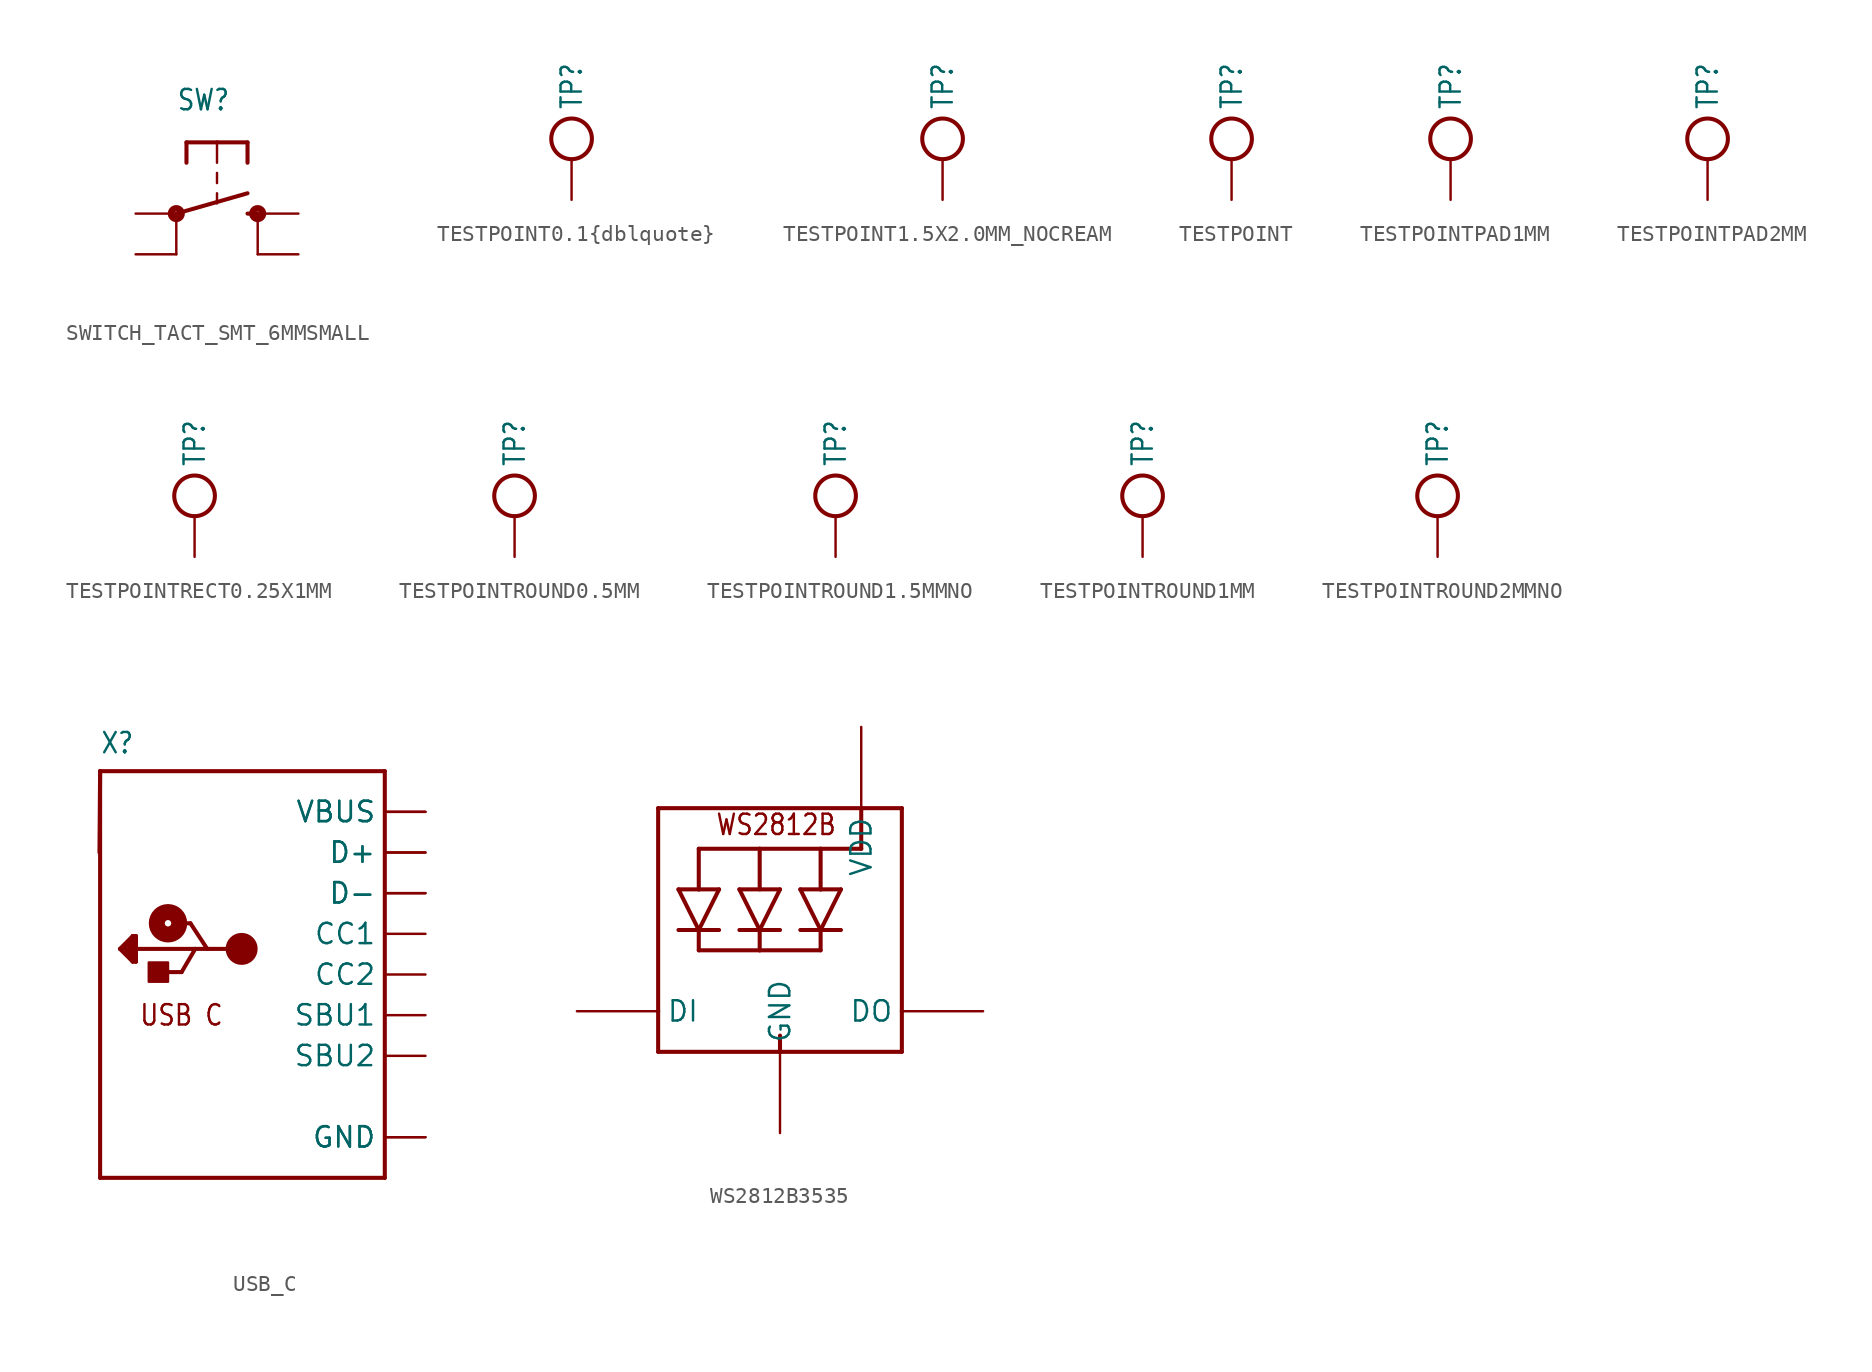
<source format=kicad_sym>
(kicad_symbol_lib
  (version 20220914)
  (generator kicad_symbol_editor)
  (symbol "SWITCH_TACT_SMT_6MMSMALL"
    (property "Reference" "SW"
      (at -2.54 6.35 0)
      (effects (font (size 1.27 1.079)) (justify left bottom)))
    (property "Value" ""
      (at -2.54 -5.08 0)
      (effects (font (size 1.27 1.079)) (justify left bottom)))
    (property "ki_locked" ""
      (at 0 0 0)
      (effects (font (size 1.27 1.27))))
    (symbol "SWITCH_TACT_SMT_6MMSMALL_1_0"
      (circle (center -2.54 0) (radius 0.127) (stroke (width 0.406) (type solid)) (fill (type none)))
      (polyline (pts (xy -2.54 -2.54) (xy -2.54 0)) (stroke (width 0.152) (type solid)) (fill (type none)))
      (polyline (pts (xy -2.54 0) (xy 1.905 1.27)) (stroke (width 0.254) (type solid)) (fill (type none)))
      (polyline (pts (xy -1.905 4.445) (xy -1.905 3.175)) (stroke (width 0.254) (type solid)) (fill (type none)))
      (polyline (pts (xy 0 1.27) (xy 0 0.635)) (stroke (width 0.152) (type solid)) (fill (type none)))
      (polyline (pts (xy 0 2.54) (xy 0 1.905)) (stroke (width 0.152) (type solid)) (fill (type none)))
      (polyline (pts (xy 0 4.445) (xy -1.905 4.445)) (stroke (width 0.254) (type solid)) (fill (type none)))
      (polyline (pts (xy 0 4.445) (xy 0 3.175)) (stroke (width 0.152) (type solid)) (fill (type none)))
      (polyline (pts (xy 1.905 0) (xy 2.54 0)) (stroke (width 0.254) (type solid)) (fill (type none)))
      (polyline (pts (xy 1.905 4.445) (xy 0 4.445)) (stroke (width 0.254) (type solid)) (fill (type none)))
      (polyline (pts (xy 1.905 4.445) (xy 1.905 3.175)) (stroke (width 0.254) (type solid)) (fill (type none)))
      (polyline (pts (xy 2.54 -2.54) (xy 2.54 0)) (stroke (width 0.152) (type solid)) (fill (type none)))
      (circle (center 2.54 0) (radius 0.127) (stroke (width 0.406) (type solid)) (fill (type none)))
      (pin passive line (at -5.08 0 0) (length 2.54) (name "P" (effects (font (size 0 0)))) (number "A" (effects (font (size 0 0)))))
      (pin passive line (at -5.08 -2.54 0) (length 2.54) (name "P1" (effects (font (size 0 0)))) (number "A'" (effects (font (size 0 0)))))
      (pin passive line (at 5.08 0 180) (length 2.54) (name "S" (effects (font (size 0 0)))) (number "B" (effects (font (size 0 0)))))
      (pin passive line (at 5.08 -2.54 180) (length 2.54) (name "S1" (effects (font (size 0 0)))) (number "B'" (effects (font (size 0 0)))))))
  (symbol "TESTPOINT0.1{dblquote}"
    (property "Reference" "TP"
      (at 0 5.588 90)
      (effects (font (size 1.27 1.079)) (justify left)))
    (property "Value" ""
      (at 1.651 5.588 90)
      (effects (font (size 1.27 1.079)) (justify left)))
    (property "ki_locked" ""
      (at 0 0 0)
      (effects (font (size 1.27 1.27))))
    (symbol "TESTPOINT0.1{dblquote}_1_0"
      (circle (center 0 3.81) (radius 1.27) (stroke (width 0.254) (type solid)) (fill (type none)))
      (pin bidirectional line (at 0 0 90) (length 2.54) (name "P$1" (effects (font (size 0 0)))) (number "1" (effects (font (size 0 0)))))))
  (symbol "TESTPOINT1.5X2.0MM_NOCREAM"
    (property "Reference" "TP"
      (at 0 5.588 90)
      (effects (font (size 1.27 1.079)) (justify left)))
    (property "Value" ""
      (at 1.651 5.588 90)
      (effects (font (size 1.27 1.079)) (justify left)))
    (property "ki_locked" ""
      (at 0 0 0)
      (effects (font (size 1.27 1.27))))
    (symbol "TESTPOINT1.5X2.0MM_NOCREAM_1_0"
      (circle (center 0 3.81) (radius 1.27) (stroke (width 0.254) (type solid)) (fill (type none)))
      (pin bidirectional line (at 0 0 90) (length 2.54) (name "P$1" (effects (font (size 0 0)))) (number "P$1" (effects (font (size 0 0)))))))
  (symbol "TESTPOINT"
    (property "Reference" "TP"
      (at 0 5.588 90)
      (effects (font (size 1.27 1.079)) (justify left)))
    (property "Value" ""
      (at 1.651 5.588 90)
      (effects (font (size 1.27 1.079)) (justify left)))
    (property "ki_locked" ""
      (at 0 0 0)
      (effects (font (size 1.27 1.27))))
    (symbol "TESTPOINT_1_0"
      (circle (center 0 3.81) (radius 1.27) (stroke (width 0.254) (type solid)) (fill (type none)))
      (pin bidirectional line (at 0 0 90) (length 2.54) (name "P$1" (effects (font (size 0 0)))) (number "P$1" (effects (font (size 0 0)))))))
  (symbol "TESTPOINTPAD1MM"
    (property "Reference" "TP"
      (at 0 5.588 90)
      (effects (font (size 1.27 1.079)) (justify left)))
    (property "Value" ""
      (at 1.651 5.588 90)
      (effects (font (size 1.27 1.079)) (justify left)))
    (property "ki_locked" ""
      (at 0 0 0)
      (effects (font (size 1.27 1.27))))
    (symbol "TESTPOINTPAD1MM_1_0"
      (circle (center 0 3.81) (radius 1.27) (stroke (width 0.254) (type solid)) (fill (type none)))
      (pin bidirectional line (at 0 0 90) (length 2.54) (name "P$1" (effects (font (size 0 0)))) (number "P$1" (effects (font (size 0 0)))))))
  (symbol "TESTPOINTPAD2MM"
    (property "Reference" "TP"
      (at 0 5.588 90)
      (effects (font (size 1.27 1.079)) (justify left)))
    (property "Value" ""
      (at 1.651 5.588 90)
      (effects (font (size 1.27 1.079)) (justify left)))
    (property "ki_locked" ""
      (at 0 0 0)
      (effects (font (size 1.27 1.27))))
    (symbol "TESTPOINTPAD2MM_1_0"
      (circle (center 0 3.81) (radius 1.27) (stroke (width 0.254) (type solid)) (fill (type none)))
      (pin bidirectional line (at 0 0 90) (length 2.54) (name "P$1" (effects (font (size 0 0)))) (number "P$1" (effects (font (size 0 0)))))))
  (symbol "TESTPOINTRECT0.25X1MM"
    (property "Reference" "TP"
      (at 0 5.588 90)
      (effects (font (size 1.27 1.079)) (justify left)))
    (property "Value" ""
      (at 1.651 5.588 90)
      (effects (font (size 1.27 1.079)) (justify left)))
    (property "ki_locked" ""
      (at 0 0 0)
      (effects (font (size 1.27 1.27))))
    (symbol "TESTPOINTRECT0.25X1MM_1_0"
      (circle (center 0 3.81) (radius 1.27) (stroke (width 0.254) (type solid)) (fill (type none)))
      (pin bidirectional line (at 0 0 90) (length 2.54) (name "P$1" (effects (font (size 0 0)))) (number "P$1" (effects (font (size 0 0)))))))
  (symbol "TESTPOINTROUND0.5MM"
    (property "Reference" "TP"
      (at 0 5.588 90)
      (effects (font (size 1.27 1.079)) (justify left)))
    (property "Value" ""
      (at 1.651 5.588 90)
      (effects (font (size 1.27 1.079)) (justify left)))
    (property "ki_locked" ""
      (at 0 0 0)
      (effects (font (size 1.27 1.27))))
    (symbol "TESTPOINTROUND0.5MM_1_0"
      (circle (center 0 3.81) (radius 1.27) (stroke (width 0.254) (type solid)) (fill (type none)))
      (pin bidirectional line (at 0 0 90) (length 2.54) (name "P$1" (effects (font (size 0 0)))) (number "P$1" (effects (font (size 0 0)))))))
  (symbol "TESTPOINTROUND1.5MMNO"
    (property "Reference" "TP"
      (at 0 5.588 90)
      (effects (font (size 1.27 1.079)) (justify left)))
    (property "Value" ""
      (at 1.651 5.588 90)
      (effects (font (size 1.27 1.079)) (justify left)))
    (property "ki_locked" ""
      (at 0 0 0)
      (effects (font (size 1.27 1.27))))
    (symbol "TESTPOINTROUND1.5MMNO_1_0"
      (circle (center 0 3.81) (radius 1.27) (stroke (width 0.254) (type solid)) (fill (type none)))
      (pin bidirectional line (at 0 0 90) (length 2.54) (name "P$1" (effects (font (size 0 0)))) (number "P$1" (effects (font (size 0 0)))))))
  (symbol "TESTPOINTROUND1MM"
    (property "Reference" "TP"
      (at 0 5.588 90)
      (effects (font (size 1.27 1.079)) (justify left)))
    (property "Value" ""
      (at 1.651 5.588 90)
      (effects (font (size 1.27 1.079)) (justify left)))
    (property "ki_locked" ""
      (at 0 0 0)
      (effects (font (size 1.27 1.27))))
    (symbol "TESTPOINTROUND1MM_1_0"
      (circle (center 0 3.81) (radius 1.27) (stroke (width 0.254) (type solid)) (fill (type none)))
      (pin bidirectional line (at 0 0 90) (length 2.54) (name "P$1" (effects (font (size 0 0)))) (number "P$1" (effects (font (size 0 0)))))))
  (symbol "TESTPOINTROUND2MMNO"
    (property "Reference" "TP"
      (at 0 5.588 90)
      (effects (font (size 1.27 1.079)) (justify left)))
    (property "Value" ""
      (at 1.651 5.588 90)
      (effects (font (size 1.27 1.079)) (justify left)))
    (property "ki_locked" ""
      (at 0 0 0)
      (effects (font (size 1.27 1.27))))
    (symbol "TESTPOINTROUND2MMNO_1_0"
      (circle (center 0 3.81) (radius 1.27) (stroke (width 0.254) (type solid)) (fill (type none)))
      (pin bidirectional line (at 0 0 90) (length 2.54) (name "P$1" (effects (font (size 0 0)))) (number "P$1" (effects (font (size 0 0)))))))
  (symbol "USB_C"
    (property "Reference" "X"
      (at -10.16 13.716 0)
      (effects (font (size 1.27 1.079)) (justify left bottom)))
    (property "Value" ""
      (at -10.16 -15.24 0)
      (effects (font (size 1.27 1.079)) (justify left bottom)))
    (property "ki_locked" ""
      (at 0 0 0)
      (effects (font (size 1.27 1.27))))
    (symbol "USB_C_1_0"
      (rectangle (start -7.12 -0.45) (end -5.92 0.75) (stroke (width 0) (type default)) (fill (type outline)))
      (circle (center -5.92 3.2) (radius 0.2) (stroke (width 1) (type solid)) (fill (type none)))
      (circle (center -1.32 1.6) (radius 0.5) (stroke (width 1) (type solid)) (fill (type none)))
      (polyline (pts (xy -10.2 7.62) (xy -10.16 12.7)) (stroke (width 0.254) (type solid)) (fill (type none)))
      (polyline (pts (xy -10.16 -12.7) (xy 7.62 -12.7)) (stroke (width 0.254) (type solid)) (fill (type none)))
      (polyline (pts (xy -10.16 12.7) (xy -10.16 -12.7)) (stroke (width 0.254) (type solid)) (fill (type none)))
      (polyline (pts (xy -10.16 12.7) (xy 7.62 12.7)) (stroke (width 0.254) (type solid)) (fill (type none)))
      (polyline (pts (xy -8.92 1.6) (xy -8.12 2.4)) (stroke (width 0.254) (type solid)) (fill (type none)))
      (polyline (pts (xy -8.52 1.4) (xy -8.32 1.2)) (stroke (width 0.254) (type solid)) (fill (type none)))
      (polyline (pts (xy -8.52 1.6) (xy -8.52 1.4)) (stroke (width 0.254) (type solid)) (fill (type none)))
      (polyline (pts (xy -8.32 1.2) (xy -8.32 2)) (stroke (width 0.254) (type solid)) (fill (type none)))
      (polyline (pts (xy -8.32 2) (xy -8.72 1.6)) (stroke (width 0.254) (type solid)) (fill (type none)))
      (polyline (pts (xy -8.12 0.8) (xy -8.92 1.6)) (stroke (width 0.254) (type solid)) (fill (type none)))
      (polyline (pts (xy -8.12 1) (xy -8.12 2.4)) (stroke (width 0.254) (type solid)) (fill (type none)))
      (polyline (pts (xy -8.12 2.4) (xy -7.92 2.4)) (stroke (width 0.254) (type solid)) (fill (type none)))
      (polyline (pts (xy -7.92 0.8) (xy -8.12 0.8)) (stroke (width 0.254) (type solid)) (fill (type none)))
      (polyline (pts (xy -7.92 1.6) (xy -7.92 0.8)) (stroke (width 0.254) (type solid)) (fill (type none)))
      (polyline (pts (xy -7.92 2.4) (xy -7.92 1.6)) (stroke (width 0.254) (type solid)) (fill (type none)))
      (polyline (pts (xy -6.27 0.15) (xy -5.07 0.15)) (stroke (width 0.254) (type solid)) (fill (type none)))
      (polyline (pts (xy -5.52 3.2) (xy -4.52 3.2)) (stroke (width 0.254) (type solid)) (fill (type none)))
      (polyline (pts (xy -5.07 0.15) (xy -4.22 1.6)) (stroke (width 0.254) (type solid)) (fill (type none)))
      (polyline (pts (xy -4.52 3.2) (xy -3.47 1.6)) (stroke (width 0.254) (type solid)) (fill (type none)))
      (polyline (pts (xy -4.22 1.6) (xy -7.92 1.6)) (stroke (width 0.254) (type solid)) (fill (type none)))
      (polyline (pts (xy -3.47 1.6) (xy -4.22 1.6)) (stroke (width 0.254) (type solid)) (fill (type none)))
      (polyline (pts (xy -1.32 1.6) (xy -3.47 1.6)) (stroke (width 0.254) (type solid)) (fill (type none)))
      (polyline (pts (xy 7.62 12.7) (xy 7.62 -12.7)) (stroke (width 0.254) (type solid)) (fill (type none)))
      (text "USB C" (at -5.08 -2.54 0) (effects (font (size 1.27 1.079))))
      (pin power_in line (at 10.16 -10.16 180) (length 2.54) (name "GND" (effects (font (size 1.27 1.27)))) (number "A1B12" (effects (font (size 0 0)))))
      (pin power_in line (at 10.16 10.16 180) (length 2.54) (name "VBUS" (effects (font (size 1.27 1.27)))) (number "A4B9" (effects (font (size 0 0)))))
      (pin bidirectional line (at 10.16 2.54 180) (length 2.54) (name "CC1" (effects (font (size 1.27 1.27)))) (number "A5" (effects (font (size 0 0)))))
      (pin bidirectional line (at 10.16 7.62 180) (length 2.54) (name "D+" (effects (font (size 1.27 1.27)))) (number "A6" (effects (font (size 0 0)))))
      (pin bidirectional line (at 10.16 5.08 180) (length 2.54) (name "D-" (effects (font (size 1.27 1.27)))) (number "A7" (effects (font (size 0 0)))))
      (pin bidirectional line (at 10.16 -2.54 180) (length 2.54) (name "SBU1" (effects (font (size 1.27 1.27)))) (number "A8" (effects (font (size 0 0)))))
      (pin power_in line (at 10.16 -10.16 180) (length 2.54) (name "GND" (effects (font (size 1.27 1.27)))) (number "B1A12" (effects (font (size 0 0)))))
      (pin power_in line (at 10.16 10.16 180) (length 2.54) (name "VBUS" (effects (font (size 1.27 1.27)))) (number "B4A9" (effects (font (size 0 0)))))
      (pin bidirectional line (at 10.16 0 180) (length 2.54) (name "CC2" (effects (font (size 1.27 1.27)))) (number "B5" (effects (font (size 0 0)))))
      (pin bidirectional line (at 10.16 7.62 180) (length 2.54) (name "D+" (effects (font (size 1.27 1.27)))) (number "B6" (effects (font (size 0 0)))))
      (pin bidirectional line (at 10.16 5.08 180) (length 2.54) (name "D-" (effects (font (size 1.27 1.27)))) (number "B7" (effects (font (size 0 0)))))
      (pin bidirectional line (at 10.16 -5.08 180) (length 2.54) (name "SBU2" (effects (font (size 1.27 1.27)))) (number "B8" (effects (font (size 0 0)))))))
  (symbol "WS2812B3535"
    (property "Reference" "LED"
      (at 0 0 0)
      (effects (font (size 1.27 1.27)) hide))
    (property "ki_locked" ""
      (at 0 0 0)
      (effects (font (size 1.27 1.27))))
    (symbol "WS2812B3535_1_0"
      (polyline (pts (xy -7.62 -5.08) (xy 0 -5.08)) (stroke (width 0.254) (type solid)) (fill (type none)))
      (polyline (pts (xy -7.62 -2.54) (xy -7.62 -5.08)) (stroke (width 0.254) (type solid)) (fill (type none)))
      (polyline (pts (xy -7.62 10.16) (xy -7.62 -2.54)) (stroke (width 0.254) (type solid)) (fill (type none)))
      (polyline (pts (xy -6.35 2.54) (xy -5.08 2.54)) (stroke (width 0.254) (type solid)) (fill (type none)))
      (polyline (pts (xy -6.35 5.08) (xy -5.08 5.08)) (stroke (width 0.254) (type solid)) (fill (type none)))
      (polyline (pts (xy -5.08 2.54) (xy -6.35 5.08)) (stroke (width 0.254) (type solid)) (fill (type none)))
      (polyline (pts (xy -5.08 2.54) (xy -5.08 1.27)) (stroke (width 0.254) (type solid)) (fill (type none)))
      (polyline (pts (xy -5.08 2.54) (xy -3.81 5.08)) (stroke (width 0.254) (type solid)) (fill (type none)))
      (polyline (pts (xy -5.08 5.08) (xy -3.81 5.08)) (stroke (width 0.254) (type solid)) (fill (type none)))
      (polyline (pts (xy -5.08 7.62) (xy -5.08 5.08)) (stroke (width 0.254) (type solid)) (fill (type none)))
      (polyline (pts (xy -3.81 2.54) (xy -5.08 2.54)) (stroke (width 0.254) (type solid)) (fill (type none)))
      (polyline (pts (xy -2.54 2.54) (xy -1.27 2.54)) (stroke (width 0.254) (type solid)) (fill (type none)))
      (polyline (pts (xy -2.54 5.08) (xy 0 5.08)) (stroke (width 0.254) (type solid)) (fill (type none)))
      (polyline (pts (xy -1.27 1.27) (xy -5.08 1.27)) (stroke (width 0.254) (type solid)) (fill (type none)))
      (polyline (pts (xy -1.27 2.54) (xy -2.54 5.08)) (stroke (width 0.254) (type solid)) (fill (type none)))
      (polyline (pts (xy -1.27 2.54) (xy -1.27 1.27)) (stroke (width 0.254) (type solid)) (fill (type none)))
      (polyline (pts (xy -1.27 2.54) (xy 0 2.54)) (stroke (width 0.254) (type solid)) (fill (type none)))
      (polyline (pts (xy -1.27 5.08) (xy -1.27 7.62)) (stroke (width 0.254) (type solid)) (fill (type none)))
      (polyline (pts (xy -1.27 7.62) (xy -5.08 7.62)) (stroke (width 0.254) (type solid)) (fill (type none)))
      (polyline (pts (xy 0 -5.08) (xy 7.62 -5.08)) (stroke (width 0.254) (type solid)) (fill (type none)))
      (polyline (pts (xy 0 -4.064) (xy 0 -5.08)) (stroke (width 0.254) (type solid)) (fill (type none)))
      (polyline (pts (xy 0 5.08) (xy -1.27 2.54)) (stroke (width 0.254) (type solid)) (fill (type none)))
      (polyline (pts (xy 1.27 5.08) (xy 2.54 2.54)) (stroke (width 0.254) (type solid)) (fill (type none)))
      (polyline (pts (xy 1.27 5.08) (xy 2.54 5.08)) (stroke (width 0.254) (type solid)) (fill (type none)))
      (polyline (pts (xy 2.54 1.27) (xy -1.27 1.27)) (stroke (width 0.254) (type solid)) (fill (type none)))
      (polyline (pts (xy 2.54 2.54) (xy 1.27 2.54)) (stroke (width 0.254) (type solid)) (fill (type none)))
      (polyline (pts (xy 2.54 2.54) (xy 2.54 1.27)) (stroke (width 0.254) (type solid)) (fill (type none)))
      (polyline (pts (xy 2.54 2.54) (xy 3.81 2.54)) (stroke (width 0.254) (type solid)) (fill (type none)))
      (polyline (pts (xy 2.54 2.54) (xy 3.81 5.08)) (stroke (width 0.254) (type solid)) (fill (type none)))
      (polyline (pts (xy 2.54 5.08) (xy 2.54 7.62)) (stroke (width 0.254) (type solid)) (fill (type none)))
      (polyline (pts (xy 2.54 7.62) (xy -1.27 7.62)) (stroke (width 0.254) (type solid)) (fill (type none)))
      (polyline (pts (xy 2.54 7.62) (xy 5.08 7.62)) (stroke (width 0.254) (type solid)) (fill (type none)))
      (polyline (pts (xy 3.81 5.08) (xy 2.54 5.08)) (stroke (width 0.254) (type solid)) (fill (type none)))
      (polyline (pts (xy 5.08 10.16) (xy -7.62 10.16)) (stroke (width 0.254) (type solid)) (fill (type none)))
      (polyline (pts (xy 5.08 10.16) (xy 5.08 7.62)) (stroke (width 0.254) (type solid)) (fill (type none)))
      (polyline (pts (xy 7.62 -5.08) (xy 7.62 -2.54)) (stroke (width 0.254) (type solid)) (fill (type none)))
      (polyline (pts (xy 7.62 -2.54) (xy 7.62 10.16)) (stroke (width 0.254) (type solid)) (fill (type none)))
      (polyline (pts (xy 7.62 10.16) (xy 5.08 10.16)) (stroke (width 0.254) (type solid)) (fill (type none)))
      (text "WS2812B" (at -4.064 8.382 0) (effects (font (size 1.27 1.079)) (justify left bottom)))
      (pin input line (at -12.7 -2.54 0) (length 5.08) (name "DI" (effects (font (size 1.27 1.27)))) (number "1" (effects (font (size 0 0)))))
      (pin power_in line (at 5.08 15.24 270) (length 5.08) (name "VDD" (effects (font (size 1.27 1.27)))) (number "2" (effects (font (size 0 0)))))
      (pin output line (at 12.7 -2.54 180) (length 5.08) (name "DO" (effects (font (size 1.27 1.27)))) (number "3" (effects (font (size 0 0)))))
      (pin power_in line (at 0 -10.16 90) (length 5.08) (name "GND" (effects (font (size 1.27 1.27)))) (number "4" (effects (font (size 0 0))))))))
</source>
